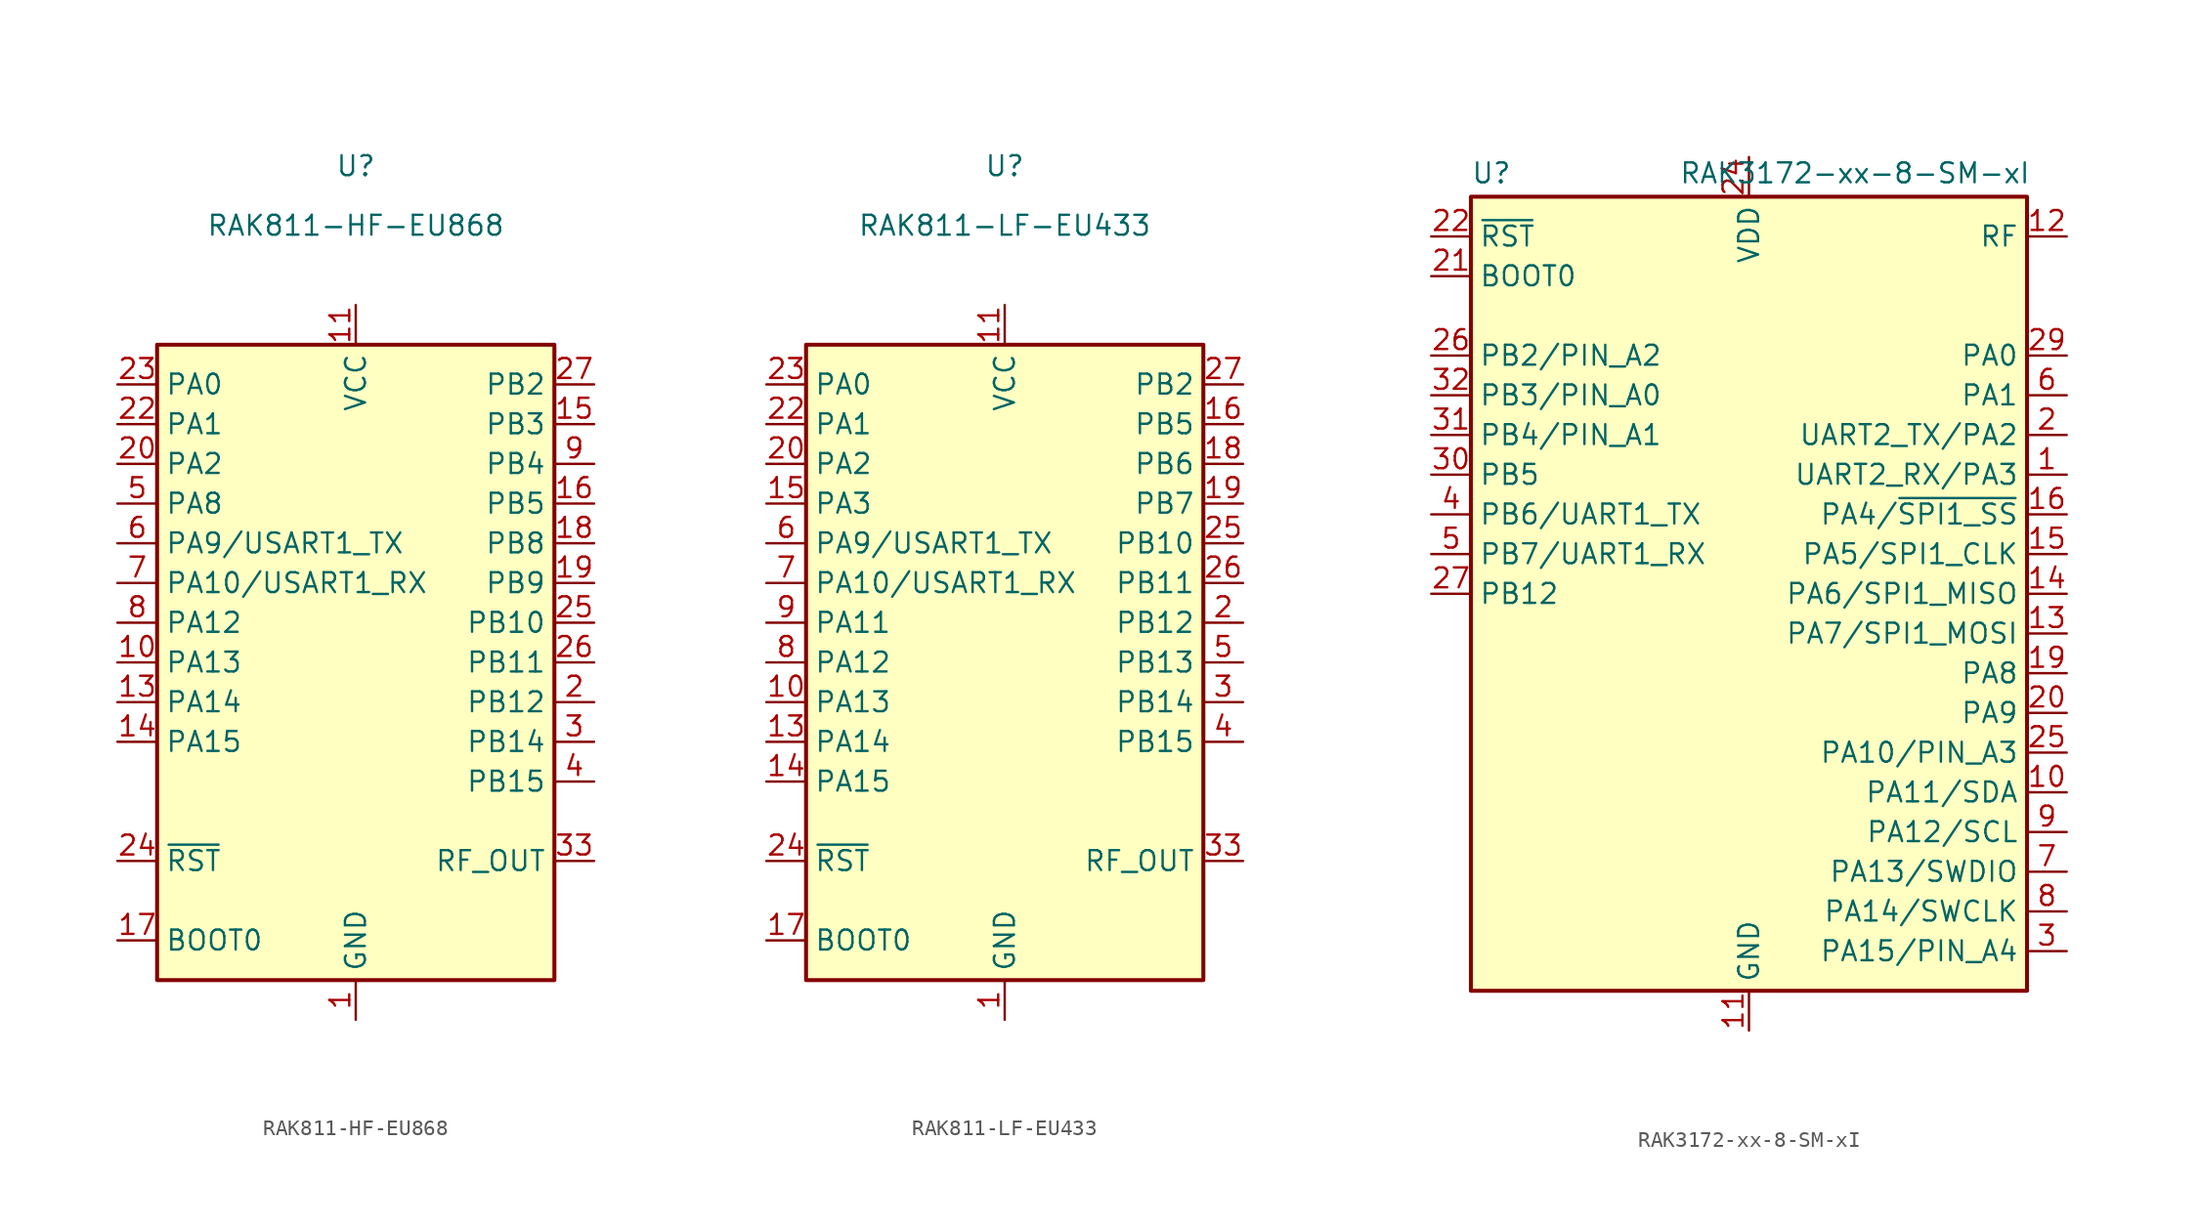
<source format=kicad_sym>
(kicad_symbol_lib
  (version 20241209)
  (generator "kicad_symbol_editor")
  (generator_version "9.0")
  (symbol "RAK811-HF-EU868"
    (property "Reference" "U"
      (at 0 31.75 0)
      (effects (font (size 1.27 1.27))))
    (property "Value" "RAK811-HF-EU868"
      (at 0 27.94 0)
      (effects (font (size 1.27 1.27))))
    (symbol "RAK811-HF-EU868_0_0"
      (pin bidirectional line (at -15.24 17.78 0) (length 2.54) (name "PA0" (effects (font (size 1.27 1.27)))) (number "23" (effects (font (size 1.27 1.27)))))
      (pin bidirectional line (at -15.24 15.24 0) (length 2.54) (name "PA1" (effects (font (size 1.27 1.27)))) (number "22" (effects (font (size 1.27 1.27)))))
      (pin bidirectional line (at -15.24 12.7 0) (length 2.54) (name "PA2" (effects (font (size 1.27 1.27)))) (number "20" (effects (font (size 1.27 1.27)))))
      (pin bidirectional line (at -15.24 10.16 0) (length 2.54) (name "PA8" (effects (font (size 1.27 1.27)))) (number "5" (effects (font (size 1.27 1.27)))))
      (pin bidirectional line (at -15.24 7.62 0) (length 2.54) (name "PA9/USART1_TX" (effects (font (size 1.27 1.27)))) (number "6" (effects (font (size 1.27 1.27)))))
      (pin bidirectional line (at -15.24 5.08 0) (length 2.54) (name "PA10/USART1_RX" (effects (font (size 1.27 1.27)))) (number "7" (effects (font (size 1.27 1.27)))))
      (pin bidirectional line (at -15.24 2.54 0) (length 2.54) (name "PA12" (effects (font (size 1.27 1.27)))) (number "8" (effects (font (size 1.27 1.27)))))
      (pin bidirectional line (at -15.24 0 0) (length 2.54) (name "PA13" (effects (font (size 1.27 1.27)))) (number "10" (effects (font (size 1.27 1.27)))))
      (pin bidirectional line (at -15.24 -2.54 0) (length 2.54) (name "PA14" (effects (font (size 1.27 1.27)))) (number "13" (effects (font (size 1.27 1.27)))))
      (pin bidirectional line (at -15.24 -5.08 0) (length 2.54) (name "PA15" (effects (font (size 1.27 1.27)))) (number "14" (effects (font (size 1.27 1.27)))))
      (pin input line (at -15.24 -12.7 0) (length 2.54) (name "~{RST}" (effects (font (size 1.27 1.27)))) (number "24" (effects (font (size 1.27 1.27)))))
      (pin input line (at -15.24 -17.78 0) (length 2.54) (name "BOOT0" (effects (font (size 1.27 1.27)))) (number "17" (effects (font (size 1.27 1.27)))))
      (pin power_in line (at 0 22.86 270) (length 2.54) (name "VCC" (effects (font (size 1.27 1.27)))) (number "11" (effects (font (size 1.27 1.27)))))
      (pin power_in line (at 0 -22.86 90) (length 2.54) (name "GND" (effects (font (size 1.27 1.27)))) (number "1" (effects (font (size 1.27 1.27)))))
      (pin passive line (at 0 -22.86 90) (length 2.54) (hide yes) (name "GND" (effects (font (size 1.27 1.27)))) (number "12" (effects (font (size 1.27 1.27)))))
      (pin passive line (at 0 -22.86 90) (length 2.54) (hide yes) (name "GND" (effects (font (size 1.27 1.27)))) (number "21" (effects (font (size 1.27 1.27)))))
      (pin passive line (at 0 -22.86 90) (length 2.54) (hide yes) (name "GND" (effects (font (size 1.27 1.27)))) (number "28" (effects (font (size 1.27 1.27)))))
      (pin passive line (at 0 -22.86 90) (length 2.54) (hide yes) (name "GND" (effects (font (size 1.27 1.27)))) (number "29" (effects (font (size 1.27 1.27)))))
      (pin passive line (at 0 -22.86 90) (length 2.54) (hide yes) (name "GND" (effects (font (size 1.27 1.27)))) (number "30" (effects (font (size 1.27 1.27)))))
      (pin passive line (at 0 -22.86 90) (length 2.54) (hide yes) (name "GND" (effects (font (size 1.27 1.27)))) (number "31" (effects (font (size 1.27 1.27)))))
      (pin passive line (at 0 -22.86 90) (length 2.54) (hide yes) (name "GND" (effects (font (size 1.27 1.27)))) (number "32" (effects (font (size 1.27 1.27)))))
      (pin passive line (at 0 -22.86 90) (length 2.54) (hide yes) (name "GND" (effects (font (size 1.27 1.27)))) (number "34" (effects (font (size 1.27 1.27)))))
      (pin bidirectional line (at 15.24 17.78 180) (length 2.54) (name "PB2" (effects (font (size 1.27 1.27)))) (number "27" (effects (font (size 1.27 1.27)))))
      (pin bidirectional line (at 15.24 15.24 180) (length 2.54) (name "PB3" (effects (font (size 1.27 1.27)))) (number "15" (effects (font (size 1.27 1.27)))))
      (pin bidirectional line (at 15.24 12.7 180) (length 2.54) (name "PB4" (effects (font (size 1.27 1.27)))) (number "9" (effects (font (size 1.27 1.27)))))
      (pin bidirectional line (at 15.24 10.16 180) (length 2.54) (name "PB5" (effects (font (size 1.27 1.27)))) (number "16" (effects (font (size 1.27 1.27)))))
      (pin bidirectional line (at 15.24 7.62 180) (length 2.54) (name "PB8" (effects (font (size 1.27 1.27)))) (number "18" (effects (font (size 1.27 1.27)))))
      (pin bidirectional line (at 15.24 5.08 180) (length 2.54) (name "PB9" (effects (font (size 1.27 1.27)))) (number "19" (effects (font (size 1.27 1.27)))))
      (pin bidirectional line (at 15.24 2.54 180) (length 2.54) (name "PB10" (effects (font (size 1.27 1.27)))) (number "25" (effects (font (size 1.27 1.27)))))
      (pin bidirectional line (at 15.24 0 180) (length 2.54) (name "PB11" (effects (font (size 1.27 1.27)))) (number "26" (effects (font (size 1.27 1.27)))))
      (pin bidirectional line (at 15.24 -2.54 180) (length 2.54) (name "PB12" (effects (font (size 1.27 1.27)))) (number "2" (effects (font (size 1.27 1.27)))))
      (pin bidirectional line (at 15.24 -5.08 180) (length 2.54) (name "PB14" (effects (font (size 1.27 1.27)))) (number "3" (effects (font (size 1.27 1.27)))))
      (pin bidirectional line (at 15.24 -7.62 180) (length 2.54) (name "PB15" (effects (font (size 1.27 1.27)))) (number "4" (effects (font (size 1.27 1.27)))))
      (pin passive line (at 15.24 -12.7 180) (length 2.54) (name "RF_OUT" (effects (font (size 1.27 1.27)))) (number "33" (effects (font (size 1.27 1.27))))))
    (symbol "RAK811-HF-EU868_0_1"
      (rectangle (start 12.7 -20.32) (end -12.7 20.32) (stroke (width 0.254) (type default)) (fill (type background)))))
  (symbol "RAK811-LF-EU433"
    (property "Reference" "U"
      (at 0 31.75 0)
      (effects (font (size 1.27 1.27))))
    (property "Value" "RAK811-LF-EU433"
      (at 0 27.94 0)
      (effects (font (size 1.27 1.27))))
    (symbol "RAK811-LF-EU433_0_0"
      (pin bidirectional line (at -15.24 17.78 0) (length 2.54) (name "PA0" (effects (font (size 1.27 1.27)))) (number "23" (effects (font (size 1.27 1.27)))))
      (pin bidirectional line (at -15.24 15.24 0) (length 2.54) (name "PA1" (effects (font (size 1.27 1.27)))) (number "22" (effects (font (size 1.27 1.27)))))
      (pin bidirectional line (at -15.24 12.7 0) (length 2.54) (name "PA2" (effects (font (size 1.27 1.27)))) (number "20" (effects (font (size 1.27 1.27)))))
      (pin bidirectional line (at -15.24 10.16 0) (length 2.54) (name "PA3" (effects (font (size 1.27 1.27)))) (number "15" (effects (font (size 1.27 1.27)))))
      (pin bidirectional line (at -15.24 7.62 0) (length 2.54) (name "PA9/USART1_TX" (effects (font (size 1.27 1.27)))) (number "6" (effects (font (size 1.27 1.27)))))
      (pin bidirectional line (at -15.24 5.08 0) (length 2.54) (name "PA10/USART1_RX" (effects (font (size 1.27 1.27)))) (number "7" (effects (font (size 1.27 1.27)))))
      (pin bidirectional line (at -15.24 2.54 0) (length 2.54) (name "PA11" (effects (font (size 1.27 1.27)))) (number "9" (effects (font (size 1.27 1.27)))))
      (pin bidirectional line (at -15.24 0 0) (length 2.54) (name "PA12" (effects (font (size 1.27 1.27)))) (number "8" (effects (font (size 1.27 1.27)))))
      (pin bidirectional line (at -15.24 -2.54 0) (length 2.54) (name "PA13" (effects (font (size 1.27 1.27)))) (number "10" (effects (font (size 1.27 1.27)))))
      (pin bidirectional line (at -15.24 -5.08 0) (length 2.54) (name "PA14" (effects (font (size 1.27 1.27)))) (number "13" (effects (font (size 1.27 1.27)))))
      (pin bidirectional line (at -15.24 -7.62 0) (length 2.54) (name "PA15" (effects (font (size 1.27 1.27)))) (number "14" (effects (font (size 1.27 1.27)))))
      (pin input line (at -15.24 -12.7 0) (length 2.54) (name "~{RST}" (effects (font (size 1.27 1.27)))) (number "24" (effects (font (size 1.27 1.27)))))
      (pin input line (at -15.24 -17.78 0) (length 2.54) (name "BOOT0" (effects (font (size 1.27 1.27)))) (number "17" (effects (font (size 1.27 1.27)))))
      (pin power_in line (at 0 22.86 270) (length 2.54) (name "VCC" (effects (font (size 1.27 1.27)))) (number "11" (effects (font (size 1.27 1.27)))))
      (pin power_in line (at 0 -22.86 90) (length 2.54) (name "GND" (effects (font (size 1.27 1.27)))) (number "1" (effects (font (size 1.27 1.27)))))
      (pin passive line (at 0 -22.86 90) (length 2.54) (hide yes) (name "GND" (effects (font (size 1.27 1.27)))) (number "12" (effects (font (size 1.27 1.27)))))
      (pin passive line (at 0 -22.86 90) (length 2.54) (hide yes) (name "GND" (effects (font (size 1.27 1.27)))) (number "21" (effects (font (size 1.27 1.27)))))
      (pin passive line (at 0 -22.86 90) (length 2.54) (hide yes) (name "GND" (effects (font (size 1.27 1.27)))) (number "28" (effects (font (size 1.27 1.27)))))
      (pin passive line (at 0 -22.86 90) (length 2.54) (hide yes) (name "GND" (effects (font (size 1.27 1.27)))) (number "29" (effects (font (size 1.27 1.27)))))
      (pin passive line (at 0 -22.86 90) (length 2.54) (hide yes) (name "GND" (effects (font (size 1.27 1.27)))) (number "30" (effects (font (size 1.27 1.27)))))
      (pin passive line (at 0 -22.86 90) (length 2.54) (hide yes) (name "GND" (effects (font (size 1.27 1.27)))) (number "31" (effects (font (size 1.27 1.27)))))
      (pin passive line (at 0 -22.86 90) (length 2.54) (hide yes) (name "GND" (effects (font (size 1.27 1.27)))) (number "32" (effects (font (size 1.27 1.27)))))
      (pin passive line (at 0 -22.86 90) (length 2.54) (hide yes) (name "GND" (effects (font (size 1.27 1.27)))) (number "34" (effects (font (size 1.27 1.27)))))
      (pin bidirectional line (at 15.24 17.78 180) (length 2.54) (name "PB2" (effects (font (size 1.27 1.27)))) (number "27" (effects (font (size 1.27 1.27)))))
      (pin bidirectional line (at 15.24 15.24 180) (length 2.54) (name "PB5" (effects (font (size 1.27 1.27)))) (number "16" (effects (font (size 1.27 1.27)))))
      (pin bidirectional line (at 15.24 12.7 180) (length 2.54) (name "PB6" (effects (font (size 1.27 1.27)))) (number "18" (effects (font (size 1.27 1.27)))))
      (pin bidirectional line (at 15.24 10.16 180) (length 2.54) (name "PB7" (effects (font (size 1.27 1.27)))) (number "19" (effects (font (size 1.27 1.27)))))
      (pin bidirectional line (at 15.24 7.62 180) (length 2.54) (name "PB10" (effects (font (size 1.27 1.27)))) (number "25" (effects (font (size 1.27 1.27)))))
      (pin bidirectional line (at 15.24 5.08 180) (length 2.54) (name "PB11" (effects (font (size 1.27 1.27)))) (number "26" (effects (font (size 1.27 1.27)))))
      (pin bidirectional line (at 15.24 2.54 180) (length 2.54) (name "PB12" (effects (font (size 1.27 1.27)))) (number "2" (effects (font (size 1.27 1.27)))))
      (pin bidirectional line (at 15.24 0 180) (length 2.54) (name "PB13" (effects (font (size 1.27 1.27)))) (number "5" (effects (font (size 1.27 1.27)))))
      (pin bidirectional line (at 15.24 -2.54 180) (length 2.54) (name "PB14" (effects (font (size 1.27 1.27)))) (number "3" (effects (font (size 1.27 1.27)))))
      (pin bidirectional line (at 15.24 -5.08 180) (length 2.54) (name "PB15" (effects (font (size 1.27 1.27)))) (number "4" (effects (font (size 1.27 1.27)))))
      (pin passive line (at 15.24 -12.7 180) (length 2.54) (name "RF_OUT" (effects (font (size 1.27 1.27)))) (number "33" (effects (font (size 1.27 1.27))))))
    (symbol "RAK811-LF-EU433_0_1"
      (rectangle (start 12.7 -20.32) (end -12.7 20.32) (stroke (width 0.254) (type default)) (fill (type background)))))
  (symbol "RAK3172-xx-8-SM-xI"
    (property "Reference" "U"
      (at -17.78 26.162 0)
      (effects (font (size 1.27 1.27)) (justify left bottom)))
    (property "Value" "RAK3172-xx-8-SM-xI"
      (at 18.034 26.162 0)
      (effects (font (size 1.27 1.27)) (justify right bottom)))
    (symbol "RAK3172-xx-8-SM-xI_0_0"
      (pin input line (at -20.32 20.32 0) (length 2.54) (name "BOOT0" (effects (font (size 1.27 1.27)))) (number "21" (effects (font (size 1.27 1.27)))))
      (pin bidirectional line (at -20.32 7.62 0) (length 2.54) (name "PB5" (effects (font (size 1.27 1.27)))) (number "30" (effects (font (size 1.27 1.27)))))
      (pin bidirectional line (at -20.32 0 0) (length 2.54) (name "PB12" (effects (font (size 1.27 1.27)))) (number "27" (effects (font (size 1.27 1.27)))))
      (pin bidirectional line (at 20.32 15.24 180) (length 2.54) (name "PA0" (effects (font (size 1.27 1.27)))) (number "29" (effects (font (size 1.27 1.27)))))
      (pin bidirectional line (at 20.32 12.7 180) (length 2.54) (name "PA1" (effects (font (size 1.27 1.27)))) (number "6" (effects (font (size 1.27 1.27)))))
      (pin bidirectional line (at 20.32 10.16 180) (length 2.54) (name "UART2_TX/PA2" (effects (font (size 1.27 1.27)))) (number "2" (effects (font (size 1.27 1.27)))))
      (pin bidirectional line (at 20.32 7.62 180) (length 2.54) (name "UART2_RX/PA3" (effects (font (size 1.27 1.27)))) (number "1" (effects (font (size 1.27 1.27)))))
      (pin bidirectional line (at 20.32 -5.08 180) (length 2.54) (name "PA8" (effects (font (size 1.27 1.27)))) (number "19" (effects (font (size 1.27 1.27)))))
      (pin bidirectional line (at 20.32 -7.62 180) (length 2.54) (name "PA9" (effects (font (size 1.27 1.27)))) (number "20" (effects (font (size 1.27 1.27))))))
    (symbol "RAK3172-xx-8-SM-xI_1_0"
      (rectangle (start -17.78 25.4) (end 17.78 -25.4) (stroke (width 0.254) (type default)) (fill (type background)))
      (pin passive line (at -20.32 22.86 0) (length 2.54) (name "~{RST}" (effects (font (size 1.27 1.27)))) (number "22" (effects (font (size 1.27 1.27)))))
      (pin bidirectional line (at -20.32 15.24 0) (length 2.54) (name "PB2/PIN_A2" (effects (font (size 1.27 1.27)))) (number "26" (effects (font (size 1.27 1.27)))))
      (pin bidirectional line (at -20.32 12.7 0) (length 2.54) (name "PB3/PIN_A0" (effects (font (size 1.27 1.27)))) (number "32" (effects (font (size 1.27 1.27)))))
      (pin bidirectional line (at -20.32 10.16 0) (length 2.54) (name "PB4/PIN_A1" (effects (font (size 1.27 1.27)))) (number "31" (effects (font (size 1.27 1.27)))))
      (pin bidirectional line (at -20.32 5.08 0) (length 2.54) (name "PB6/UART1_TX" (effects (font (size 1.27 1.27)))) (number "4" (effects (font (size 1.27 1.27)))))
      (pin bidirectional line (at -20.32 2.54 0) (length 2.54) (name "PB7/UART1_RX" (effects (font (size 1.27 1.27)))) (number "5" (effects (font (size 1.27 1.27)))))
      (pin power_in line (at 0 27.94 270) (length 2.54) (name "VDD" (effects (font (size 1.27 1.27)))) (number "24" (effects (font (size 1.27 1.27)))))
      (pin power_in line (at 0 -27.94 90) (length 2.54) (name "GND" (effects (font (size 1.27 1.27)))) (number "11" (effects (font (size 1.27 1.27)))))
      (pin passive line (at 0 -27.94 90) (length 2.54) (hide yes) (name "GND" (effects (font (size 1.27 1.27)))) (number "17" (effects (font (size 1.27 1.27)))))
      (pin passive line (at 0 -27.94 90) (length 2.54) (hide yes) (name "GND" (effects (font (size 1.27 1.27)))) (number "18" (effects (font (size 1.27 1.27)))))
      (pin passive line (at 0 -27.94 90) (length 2.54) (hide yes) (name "GND" (effects (font (size 1.27 1.27)))) (number "23" (effects (font (size 1.27 1.27)))))
      (pin passive line (at 0 -27.94 90) (length 2.54) (hide yes) (name "GND" (effects (font (size 1.27 1.27)))) (number "28" (effects (font (size 1.27 1.27)))))
      (pin passive line (at 20.32 22.86 180) (length 2.54) (name "RF" (effects (font (size 1.27 1.27)))) (number "12" (effects (font (size 1.27 1.27)))))
      (pin bidirectional line (at 20.32 5.08 180) (length 2.54) (name "PA4/~{SPI1_SS}" (effects (font (size 1.27 1.27)))) (number "16" (effects (font (size 1.27 1.27)))))
      (pin bidirectional line (at 20.32 2.54 180) (length 2.54) (name "PA5/SPI1_CLK" (effects (font (size 1.27 1.27)))) (number "15" (effects (font (size 1.27 1.27)))))
      (pin bidirectional line (at 20.32 0 180) (length 2.54) (name "PA6/SPI1_MISO" (effects (font (size 1.27 1.27)))) (number "14" (effects (font (size 1.27 1.27)))))
      (pin bidirectional line (at 20.32 -2.54 180) (length 2.54) (name "PA7/SPI1_MOSI" (effects (font (size 1.27 1.27)))) (number "13" (effects (font (size 1.27 1.27)))))
      (pin bidirectional line (at 20.32 -10.16 180) (length 2.54) (name "PA10/PIN_A3" (effects (font (size 1.27 1.27)))) (number "25" (effects (font (size 1.27 1.27)))))
      (pin bidirectional line (at 20.32 -12.7 180) (length 2.54) (name "PA11/SDA" (effects (font (size 1.27 1.27)))) (number "10" (effects (font (size 1.27 1.27)))))
      (pin bidirectional line (at 20.32 -15.24 180) (length 2.54) (name "PA12/SCL" (effects (font (size 1.27 1.27)))) (number "9" (effects (font (size 1.27 1.27)))))
      (pin bidirectional line (at 20.32 -17.78 180) (length 2.54) (name "PA13/SWDIO" (effects (font (size 1.27 1.27)))) (number "7" (effects (font (size 1.27 1.27)))))
      (pin bidirectional line (at 20.32 -20.32 180) (length 2.54) (name "PA14/SWCLK" (effects (font (size 1.27 1.27)))) (number "8" (effects (font (size 1.27 1.27)))))
      (pin bidirectional line (at 20.32 -22.86 180) (length 2.54) (name "PA15/PIN_A4" (effects (font (size 1.27 1.27)))) (number "3" (effects (font (size 1.27 1.27))))))))
</source>
